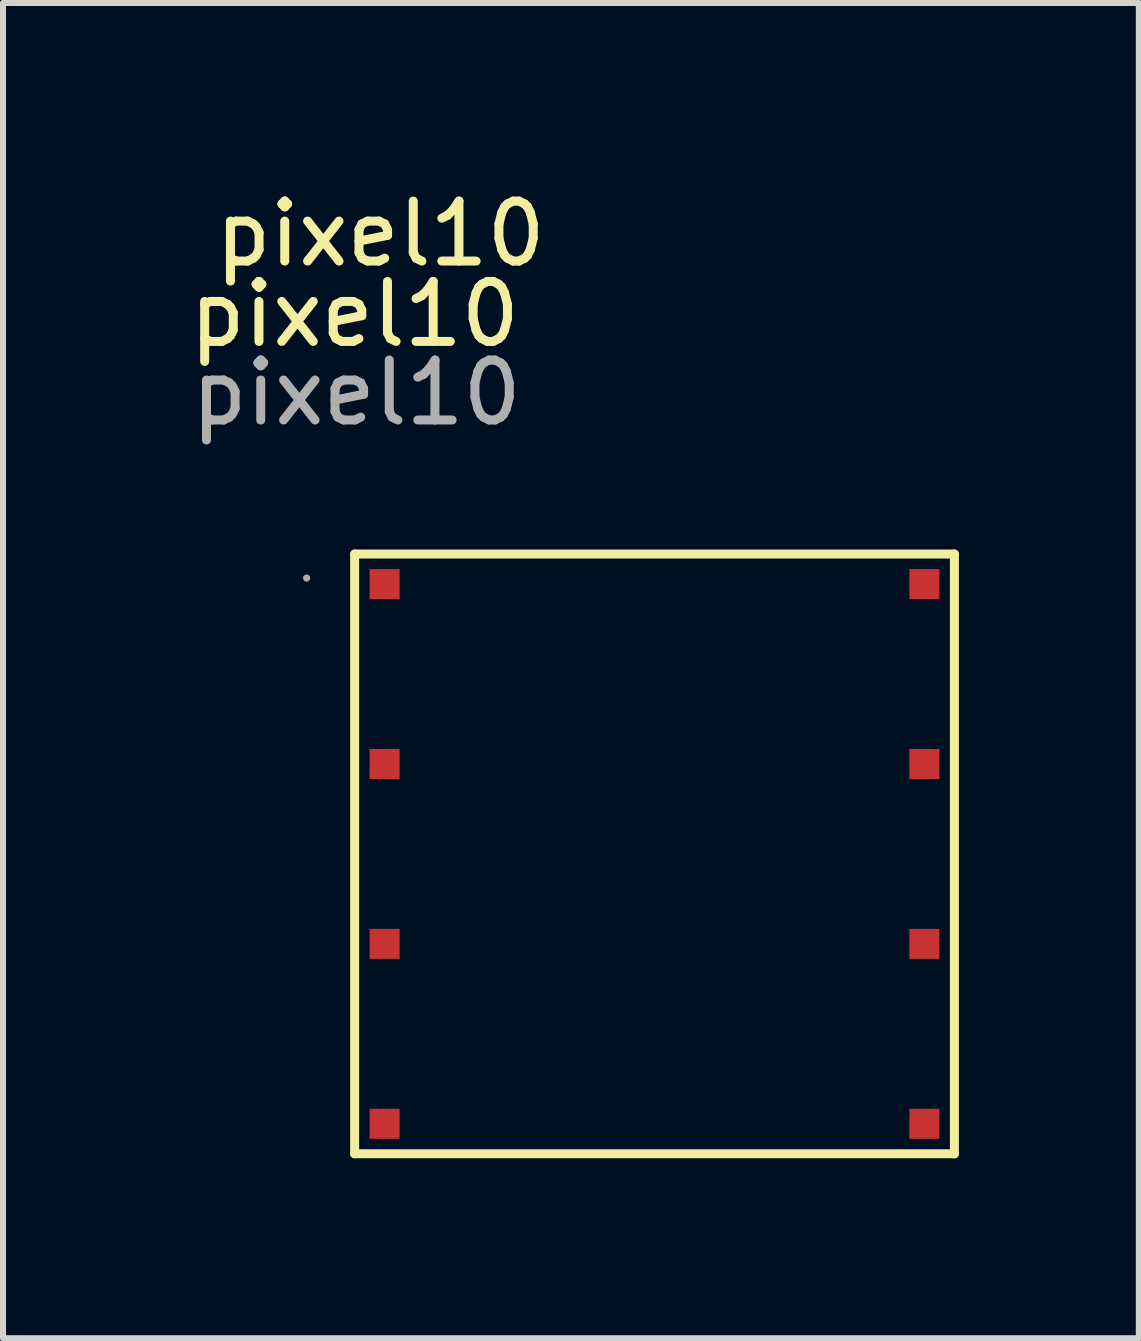
<source format=kicad_pcb>
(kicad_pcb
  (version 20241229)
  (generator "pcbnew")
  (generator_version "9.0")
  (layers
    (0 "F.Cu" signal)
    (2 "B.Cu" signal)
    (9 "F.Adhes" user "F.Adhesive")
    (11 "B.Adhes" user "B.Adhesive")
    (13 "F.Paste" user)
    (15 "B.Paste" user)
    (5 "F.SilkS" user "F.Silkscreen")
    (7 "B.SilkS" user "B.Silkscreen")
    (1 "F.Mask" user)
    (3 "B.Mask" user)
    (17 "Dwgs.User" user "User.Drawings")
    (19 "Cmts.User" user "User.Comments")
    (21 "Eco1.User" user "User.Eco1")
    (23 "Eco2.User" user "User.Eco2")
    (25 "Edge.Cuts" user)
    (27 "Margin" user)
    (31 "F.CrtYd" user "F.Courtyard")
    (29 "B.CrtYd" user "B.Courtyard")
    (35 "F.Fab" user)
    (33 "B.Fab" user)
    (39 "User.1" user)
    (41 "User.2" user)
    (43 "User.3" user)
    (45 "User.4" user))
  (footprint "pixel10"
    (layer "F.Cu")
    (at 2.863 6.188)
    (property "Reference" "pixel10" (at 0.43 -5.34 0) (layer "F.SilkS") (effects (font (size 1 1) (thickness 0.15))))
    (attr smd)
    (fp_line (start 0 0) (end 0 10) (stroke (width 0.15) (type solid)) (layer "F.SilkS"))
    (fp_line (start 0 0) (end 10 0) (stroke (width 0.15) (type solid)) (layer "F.SilkS"))
    (fp_line (start 0 10) (end 10 10) (stroke (width 0.15) (type solid)) (layer "F.SilkS"))
    (fp_line (start 10 0) (end 10 10) (stroke (width 0.15) (type solid)) (layer "F.SilkS"))
    (fp_circle (center -0.8 0.4) (end -0.77 0.4) (stroke (width 0.06) (type solid)) (fill no) (layer "F.Fab"))
    (fp_text user "${REFERENCE}" (at 0 -4 0) (layer "F.SilkS") (effects (font (size 1 1) (thickness 0.15))))
    (fp_text user "${REFERENCE}" (at 0.03 -2.69 0) (layer "F.Fab") (effects (font (size 1 1) (thickness 0.15))))
    (pad "1" smd rect (at 0.5 0.5) (size 0.5 0.5) (layers "F.Cu" "F.Mask" "F.Paste"))
    (pad "2" smd rect (at 0.5 3.5) (size 0.5 0.5) (layers "F.Cu" "F.Mask" "F.Paste"))
    (pad "3" smd rect (at 0.5 6.5) (size 0.5 0.5) (layers "F.Cu" "F.Mask" "F.Paste"))
    (pad "4" smd rect (at 0.5 9.5) (size 0.5 0.5) (layers "F.Cu" "F.Mask" "F.Paste"))
    (pad "5" smd rect (at 9.5 0.5) (size 0.5 0.5) (layers "F.Cu" "F.Mask" "F.Paste"))
    (pad "6" smd rect (at 9.5 3.5) (size 0.5 0.5) (layers "F.Cu" "F.Mask" "F.Paste"))
    (pad "7" smd rect (at 9.5 6.5) (size 0.5 0.5) (layers "F.Cu" "F.Mask" "F.Paste"))
    (pad "8" smd rect (at 9.5 9.5) (size 0.5 0.5) (layers "F.Cu" "F.Mask" "F.Paste")))
  (gr_rect
    (start -3 -3)
    (end 15.938 19.263)
    (stroke (width 0.1) (type default))
    (fill no)
    (layer "Edge.Cuts")))
</source>
